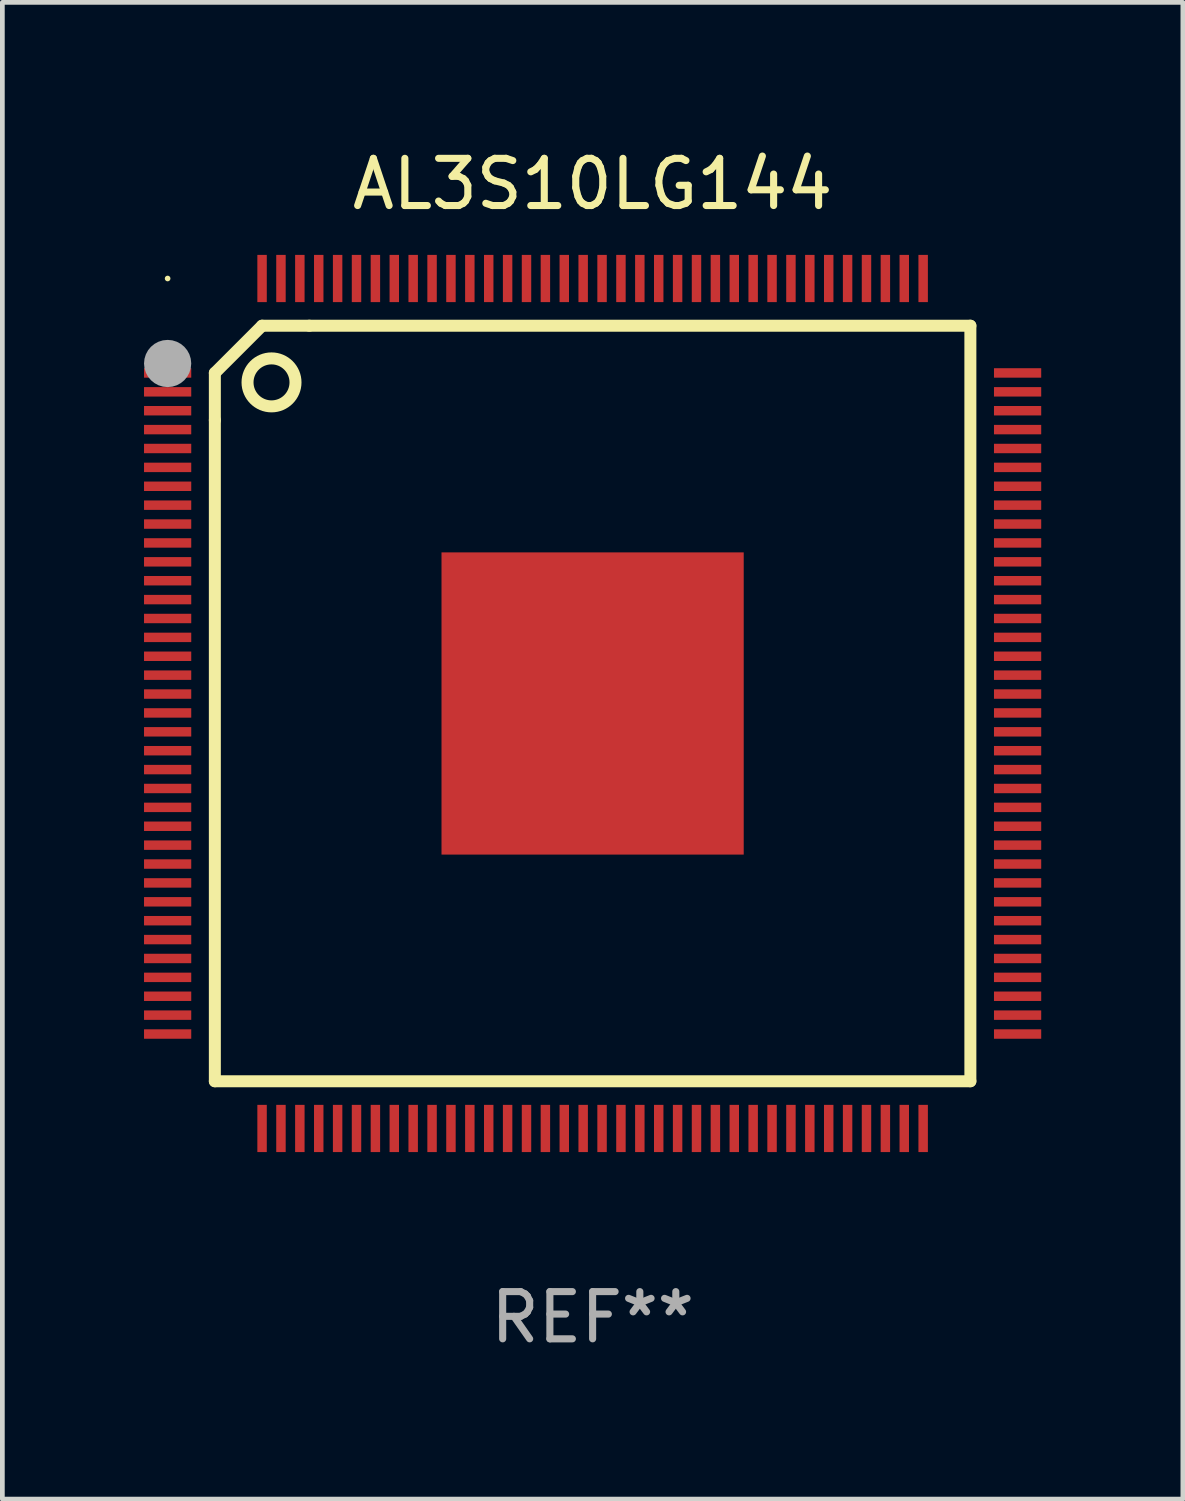
<source format=kicad_pcb>
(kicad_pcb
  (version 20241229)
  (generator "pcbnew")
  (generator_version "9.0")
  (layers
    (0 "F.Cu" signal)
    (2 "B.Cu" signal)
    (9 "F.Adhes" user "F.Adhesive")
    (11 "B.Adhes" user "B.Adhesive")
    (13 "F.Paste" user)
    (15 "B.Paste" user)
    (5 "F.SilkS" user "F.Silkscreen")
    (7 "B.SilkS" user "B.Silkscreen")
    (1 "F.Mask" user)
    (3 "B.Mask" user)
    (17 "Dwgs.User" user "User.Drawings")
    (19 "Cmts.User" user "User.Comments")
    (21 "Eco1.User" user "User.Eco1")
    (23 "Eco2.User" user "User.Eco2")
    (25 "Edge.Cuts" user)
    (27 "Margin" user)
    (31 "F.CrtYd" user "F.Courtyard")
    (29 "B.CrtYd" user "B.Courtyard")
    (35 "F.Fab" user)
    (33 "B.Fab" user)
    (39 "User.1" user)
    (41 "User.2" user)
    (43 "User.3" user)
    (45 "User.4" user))
  (footprint "AL3S10LG144"
    (layer "F.Cu")
    (at 9.5 11.848)
    (property "Reference" "AL3S10LG144" (at 0 -11 0) (layer "F.SilkS") (effects (font (size 1 1) (thickness 0.15))))
    (attr through_hole)
    (fp_line (start -8 -7) (end -8 -6) (stroke (width 0.254) (type solid)) (layer "F.SilkS"))
    (fp_line (start -8 8) (end 8 8) (stroke (width 0.254) (type solid)) (layer "F.SilkS"))
    (fp_line (start -8 8) (end -8 -6) (stroke (width 0.254) (type solid)) (layer "F.SilkS"))
    (fp_line (start -7 -8) (end -8 -7) (stroke (width 0.254) (type solid)) (layer "F.SilkS"))
    (fp_line (start -6 -8) (end -7 -8) (stroke (width 0.254) (type solid)) (layer "F.SilkS"))
    (fp_line (start -6 -8) (end 8 -8) (stroke (width 0.254) (type solid)) (layer "F.SilkS"))
    (fp_line (start 8 8) (end 8 -8) (stroke (width 0.254) (type solid)) (layer "F.SilkS"))
    (fp_circle (center -9 -9) (end -8.97 -9) (stroke (width 0.06) (type solid)) (fill no) (layer "F.SilkS"))
    (fp_circle (center -6.8 -6.8) (end -6.292 -6.8) (stroke (width 0.254) (type solid)) (fill no) (layer "F.SilkS"))
    (fp_circle (center -9 -7.2) (end -8.75 -7.2) (stroke (width 0.5) (type solid)) (fill no) (layer "F.Fab"))
    (fp_text user "REF**" (at 0 13 0) (layer "F.Fab") (effects (font (size 1 1) (thickness 0.15))))
    (pad "1" smd rect (at -9 -7 180) (size 1 0.2) (layers "F.Cu" "F.Mask" "F.Paste"))
    (pad "2" smd rect (at -9 -6.6 180) (size 1 0.2) (layers "F.Cu" "F.Mask" "F.Paste"))
    (pad "3" smd rect (at -9 -6.2 180) (size 1 0.2) (layers "F.Cu" "F.Mask" "F.Paste"))
    (pad "4" smd rect (at -9 -5.8 180) (size 1 0.2) (layers "F.Cu" "F.Mask" "F.Paste"))
    (pad "5" smd rect (at -9 -5.4 180) (size 1 0.2) (layers "F.Cu" "F.Mask" "F.Paste"))
    (pad "6" smd rect (at -9 -5 180) (size 1 0.2) (layers "F.Cu" "F.Mask" "F.Paste"))
    (pad "7" smd rect (at -9 -4.6 180) (size 1 0.2) (layers "F.Cu" "F.Mask" "F.Paste"))
    (pad "8" smd rect (at -9 -4.2 180) (size 1 0.2) (layers "F.Cu" "F.Mask" "F.Paste"))
    (pad "9" smd rect (at -9 -3.8 180) (size 1 0.2) (layers "F.Cu" "F.Mask" "F.Paste"))
    (pad "10" smd rect (at -9 -3.4 180) (size 1 0.2) (layers "F.Cu" "F.Mask" "F.Paste"))
    (pad "11" smd rect (at -9 -3 180) (size 1 0.2) (layers "F.Cu" "F.Mask" "F.Paste"))
    (pad "12" smd rect (at -9 -2.6 180) (size 1 0.2) (layers "F.Cu" "F.Mask" "F.Paste"))
    (pad "13" smd rect (at -9 -2.2 180) (size 1 0.2) (layers "F.Cu" "F.Mask" "F.Paste"))
    (pad "14" smd rect (at -9 -1.8 180) (size 1 0.2) (layers "F.Cu" "F.Mask" "F.Paste"))
    (pad "15" smd rect (at -9 -1.4 180) (size 1 0.2) (layers "F.Cu" "F.Mask" "F.Paste"))
    (pad "16" smd rect (at -9 -1 180) (size 1 0.2) (layers "F.Cu" "F.Mask" "F.Paste"))
    (pad "17" smd rect (at -9 -0.6 180) (size 1 0.2) (layers "F.Cu" "F.Mask" "F.Paste"))
    (pad "18" smd rect (at -9 -0.2 180) (size 1 0.2) (layers "F.Cu" "F.Mask" "F.Paste"))
    (pad "19" smd rect (at -9 0.2 180) (size 1 0.2) (layers "F.Cu" "F.Mask" "F.Paste"))
    (pad "20" smd rect (at -9 0.6 180) (size 1 0.2) (layers "F.Cu" "F.Mask" "F.Paste"))
    (pad "21" smd rect (at -9 1 180) (size 1 0.2) (layers "F.Cu" "F.Mask" "F.Paste"))
    (pad "22" smd rect (at -9 1.4 180) (size 1 0.2) (layers "F.Cu" "F.Mask" "F.Paste"))
    (pad "23" smd rect (at -9 1.8 180) (size 1 0.2) (layers "F.Cu" "F.Mask" "F.Paste"))
    (pad "24" smd rect (at -9 2.2 180) (size 1 0.2) (layers "F.Cu" "F.Mask" "F.Paste"))
    (pad "25" smd rect (at -9 2.6 180) (size 1 0.2) (layers "F.Cu" "F.Mask" "F.Paste"))
    (pad "26" smd rect (at -9 3 180) (size 1 0.2) (layers "F.Cu" "F.Mask" "F.Paste"))
    (pad "27" smd rect (at -9 3.4 180) (size 1 0.2) (layers "F.Cu" "F.Mask" "F.Paste"))
    (pad "28" smd rect (at -9 3.8 180) (size 1 0.2) (layers "F.Cu" "F.Mask" "F.Paste"))
    (pad "29" smd rect (at -9 4.2 180) (size 1 0.2) (layers "F.Cu" "F.Mask" "F.Paste"))
    (pad "30" smd rect (at -9 4.6 180) (size 1 0.2) (layers "F.Cu" "F.Mask" "F.Paste"))
    (pad "31" smd rect (at -9 5 180) (size 1 0.2) (layers "F.Cu" "F.Mask" "F.Paste"))
    (pad "32" smd rect (at -9 5.4 180) (size 1 0.2) (layers "F.Cu" "F.Mask" "F.Paste"))
    (pad "33" smd rect (at -9 5.8 180) (size 1 0.2) (layers "F.Cu" "F.Mask" "F.Paste"))
    (pad "34" smd rect (at -9 6.2 180) (size 1 0.2) (layers "F.Cu" "F.Mask" "F.Paste"))
    (pad "35" smd rect (at -9 6.6 180) (size 1 0.2) (layers "F.Cu" "F.Mask" "F.Paste"))
    (pad "36" smd rect (at -9 7 180) (size 1 0.2) (layers "F.Cu" "F.Mask" "F.Paste"))
    (pad "37" smd rect (at -7 9 270) (size 1 0.2) (layers "F.Cu" "F.Mask" "F.Paste"))
    (pad "38" smd rect (at -6.6 9 270) (size 1 0.2) (layers "F.Cu" "F.Mask" "F.Paste"))
    (pad "39" smd rect (at -6.2 9 270) (size 1 0.2) (layers "F.Cu" "F.Mask" "F.Paste"))
    (pad "40" smd rect (at -5.8 9 270) (size 1 0.2) (layers "F.Cu" "F.Mask" "F.Paste"))
    (pad "41" smd rect (at -5.4 9 270) (size 1 0.2) (layers "F.Cu" "F.Mask" "F.Paste"))
    (pad "42" smd rect (at -5 9 270) (size 1 0.2) (layers "F.Cu" "F.Mask" "F.Paste"))
    (pad "43" smd rect (at -4.6 9 270) (size 1 0.2) (layers "F.Cu" "F.Mask" "F.Paste"))
    (pad "44" smd rect (at -4.2 9 270) (size 1 0.2) (layers "F.Cu" "F.Mask" "F.Paste"))
    (pad "45" smd rect (at -3.8 9 270) (size 1 0.2) (layers "F.Cu" "F.Mask" "F.Paste"))
    (pad "46" smd rect (at -3.4 9 270) (size 1 0.2) (layers "F.Cu" "F.Mask" "F.Paste"))
    (pad "47" smd rect (at -3 9 270) (size 1 0.2) (layers "F.Cu" "F.Mask" "F.Paste"))
    (pad "48" smd rect (at -2.6 9 270) (size 1 0.2) (layers "F.Cu" "F.Mask" "F.Paste"))
    (pad "49" smd rect (at -2.2 9 270) (size 1 0.2) (layers "F.Cu" "F.Mask" "F.Paste"))
    (pad "50" smd rect (at -1.8 9 270) (size 1 0.2) (layers "F.Cu" "F.Mask" "F.Paste"))
    (pad "51" smd rect (at -1.4 9 270) (size 1 0.2) (layers "F.Cu" "F.Mask" "F.Paste"))
    (pad "52" smd rect (at -1 9 270) (size 1 0.2) (layers "F.Cu" "F.Mask" "F.Paste"))
    (pad "53" smd rect (at -0.6 9 270) (size 1 0.2) (layers "F.Cu" "F.Mask" "F.Paste"))
    (pad "54" smd rect (at -0.2 9 270) (size 1 0.2) (layers "F.Cu" "F.Mask" "F.Paste"))
    (pad "55" smd rect (at 0.2 9 270) (size 1 0.2) (layers "F.Cu" "F.Mask" "F.Paste"))
    (pad "56" smd rect (at 0.6 9 270) (size 1 0.2) (layers "F.Cu" "F.Mask" "F.Paste"))
    (pad "57" smd rect (at 1 9 270) (size 1 0.2) (layers "F.Cu" "F.Mask" "F.Paste"))
    (pad "58" smd rect (at 1.4 9 270) (size 1 0.2) (layers "F.Cu" "F.Mask" "F.Paste"))
    (pad "59" smd rect (at 1.8 9 270) (size 1 0.2) (layers "F.Cu" "F.Mask" "F.Paste"))
    (pad "60" smd rect (at 2.2 9 270) (size 1 0.2) (layers "F.Cu" "F.Mask" "F.Paste"))
    (pad "61" smd rect (at 2.6 9 270) (size 1 0.2) (layers "F.Cu" "F.Mask" "F.Paste"))
    (pad "62" smd rect (at 3 9 270) (size 1 0.2) (layers "F.Cu" "F.Mask" "F.Paste"))
    (pad "63" smd rect (at 3.4 9 270) (size 1 0.2) (layers "F.Cu" "F.Mask" "F.Paste"))
    (pad "64" smd rect (at 3.8 9 270) (size 1 0.2) (layers "F.Cu" "F.Mask" "F.Paste"))
    (pad "65" smd rect (at 4.2 9 270) (size 1 0.2) (layers "F.Cu" "F.Mask" "F.Paste"))
    (pad "66" smd rect (at 4.6 9 270) (size 1 0.2) (layers "F.Cu" "F.Mask" "F.Paste"))
    (pad "67" smd rect (at 5 9 270) (size 1 0.2) (layers "F.Cu" "F.Mask" "F.Paste"))
    (pad "68" smd rect (at 5.4 9 270) (size 1 0.2) (layers "F.Cu" "F.Mask" "F.Paste"))
    (pad "69" smd rect (at 5.8 9 270) (size 1 0.2) (layers "F.Cu" "F.Mask" "F.Paste"))
    (pad "70" smd rect (at 6.2 9 270) (size 1 0.2) (layers "F.Cu" "F.Mask" "F.Paste"))
    (pad "71" smd rect (at 6.6 9 270) (size 1 0.2) (layers "F.Cu" "F.Mask" "F.Paste"))
    (pad "72" smd rect (at 7 9 270) (size 1 0.2) (layers "F.Cu" "F.Mask" "F.Paste"))
    (pad "73" smd rect (at 9 7) (size 1 0.2) (layers "F.Cu" "F.Mask" "F.Paste"))
    (pad "74" smd rect (at 9 6.6) (size 1 0.2) (layers "F.Cu" "F.Mask" "F.Paste"))
    (pad "75" smd rect (at 9 6.2) (size 1 0.2) (layers "F.Cu" "F.Mask" "F.Paste"))
    (pad "76" smd rect (at 9 5.8) (size 1 0.2) (layers "F.Cu" "F.Mask" "F.Paste"))
    (pad "77" smd rect (at 9 5.4) (size 1 0.2) (layers "F.Cu" "F.Mask" "F.Paste"))
    (pad "78" smd rect (at 9 5) (size 1 0.2) (layers "F.Cu" "F.Mask" "F.Paste"))
    (pad "79" smd rect (at 9 4.6) (size 1 0.2) (layers "F.Cu" "F.Mask" "F.Paste"))
    (pad "80" smd rect (at 9 4.2) (size 1 0.2) (layers "F.Cu" "F.Mask" "F.Paste"))
    (pad "81" smd rect (at 9 3.8) (size 1 0.2) (layers "F.Cu" "F.Mask" "F.Paste"))
    (pad "82" smd rect (at 9 3.4) (size 1 0.2) (layers "F.Cu" "F.Mask" "F.Paste"))
    (pad "83" smd rect (at 9 3) (size 1 0.2) (layers "F.Cu" "F.Mask" "F.Paste"))
    (pad "84" smd rect (at 9 2.6) (size 1 0.2) (layers "F.Cu" "F.Mask" "F.Paste"))
    (pad "85" smd rect (at 9 2.2) (size 1 0.2) (layers "F.Cu" "F.Mask" "F.Paste"))
    (pad "86" smd rect (at 9 1.8) (size 1 0.2) (layers "F.Cu" "F.Mask" "F.Paste"))
    (pad "87" smd rect (at 9 1.4) (size 1 0.2) (layers "F.Cu" "F.Mask" "F.Paste"))
    (pad "88" smd rect (at 9 1) (size 1 0.2) (layers "F.Cu" "F.Mask" "F.Paste"))
    (pad "89" smd rect (at 9 0.6) (size 1 0.2) (layers "F.Cu" "F.Mask" "F.Paste"))
    (pad "90" smd rect (at 9 0.2) (size 1 0.2) (layers "F.Cu" "F.Mask" "F.Paste"))
    (pad "91" smd rect (at 9 -0.2) (size 1 0.2) (layers "F.Cu" "F.Mask" "F.Paste"))
    (pad "92" smd rect (at 9 -0.6) (size 1 0.2) (layers "F.Cu" "F.Mask" "F.Paste"))
    (pad "93" smd rect (at 9 -1) (size 1 0.2) (layers "F.Cu" "F.Mask" "F.Paste"))
    (pad "94" smd rect (at 9 -1.4) (size 1 0.2) (layers "F.Cu" "F.Mask" "F.Paste"))
    (pad "95" smd rect (at 9 -1.8) (size 1 0.2) (layers "F.Cu" "F.Mask" "F.Paste"))
    (pad "96" smd rect (at 9 -2.2) (size 1 0.2) (layers "F.Cu" "F.Mask" "F.Paste"))
    (pad "97" smd rect (at 9 -2.6) (size 1 0.2) (layers "F.Cu" "F.Mask" "F.Paste"))
    (pad "98" smd rect (at 9 -3) (size 1 0.2) (layers "F.Cu" "F.Mask" "F.Paste"))
    (pad "99" smd rect (at 9 -3.4) (size 1 0.2) (layers "F.Cu" "F.Mask" "F.Paste"))
    (pad "100" smd rect (at 9 -3.8) (size 1 0.2) (layers "F.Cu" "F.Mask" "F.Paste"))
    (pad "101" smd rect (at 9 -4.2) (size 1 0.2) (layers "F.Cu" "F.Mask" "F.Paste"))
    (pad "102" smd rect (at 9 -4.6) (size 1 0.2) (layers "F.Cu" "F.Mask" "F.Paste"))
    (pad "103" smd rect (at 9 -5) (size 1 0.2) (layers "F.Cu" "F.Mask" "F.Paste"))
    (pad "104" smd rect (at 9 -5.4) (size 1 0.2) (layers "F.Cu" "F.Mask" "F.Paste"))
    (pad "105" smd rect (at 9 -5.8) (size 1 0.2) (layers "F.Cu" "F.Mask" "F.Paste"))
    (pad "106" smd rect (at 9 -6.2) (size 1 0.2) (layers "F.Cu" "F.Mask" "F.Paste"))
    (pad "107" smd rect (at 9 -6.6) (size 1 0.2) (layers "F.Cu" "F.Mask" "F.Paste"))
    (pad "108" smd rect (at 9 -7) (size 1 0.2) (layers "F.Cu" "F.Mask" "F.Paste"))
    (pad "109" smd rect (at 7 -9 90) (size 1 0.2) (layers "F.Cu" "F.Mask" "F.Paste"))
    (pad "110" smd rect (at 6.6 -9 90) (size 1 0.2) (layers "F.Cu" "F.Mask" "F.Paste"))
    (pad "111" smd rect (at 6.2 -9 90) (size 1 0.2) (layers "F.Cu" "F.Mask" "F.Paste"))
    (pad "112" smd rect (at 5.8 -9 90) (size 1 0.2) (layers "F.Cu" "F.Mask" "F.Paste"))
    (pad "113" smd rect (at 5.4 -9 90) (size 1 0.2) (layers "F.Cu" "F.Mask" "F.Paste"))
    (pad "114" smd rect (at 5 -9 90) (size 1 0.2) (layers "F.Cu" "F.Mask" "F.Paste"))
    (pad "115" smd rect (at 4.6 -9 90) (size 1 0.2) (layers "F.Cu" "F.Mask" "F.Paste"))
    (pad "116" smd rect (at 4.2 -9 90) (size 1 0.2) (layers "F.Cu" "F.Mask" "F.Paste"))
    (pad "117" smd rect (at 3.8 -9 90) (size 1 0.2) (layers "F.Cu" "F.Mask" "F.Paste"))
    (pad "118" smd rect (at 3.4 -9 90) (size 1 0.2) (layers "F.Cu" "F.Mask" "F.Paste"))
    (pad "119" smd rect (at 3 -9 90) (size 1 0.2) (layers "F.Cu" "F.Mask" "F.Paste"))
    (pad "120" smd rect (at 2.6 -9 90) (size 1 0.2) (layers "F.Cu" "F.Mask" "F.Paste"))
    (pad "121" smd rect (at 2.2 -9 90) (size 1 0.2) (layers "F.Cu" "F.Mask" "F.Paste"))
    (pad "122" smd rect (at 1.8 -9 90) (size 1 0.2) (layers "F.Cu" "F.Mask" "F.Paste"))
    (pad "123" smd rect (at 1.4 -9 90) (size 1 0.2) (layers "F.Cu" "F.Mask" "F.Paste"))
    (pad "124" smd rect (at 1 -9 90) (size 1 0.2) (layers "F.Cu" "F.Mask" "F.Paste"))
    (pad "125" smd rect (at 0.6 -9 90) (size 1 0.2) (layers "F.Cu" "F.Mask" "F.Paste"))
    (pad "126" smd rect (at 0.2 -9 90) (size 1 0.2) (layers "F.Cu" "F.Mask" "F.Paste"))
    (pad "127" smd rect (at -0.2 -9 90) (size 1 0.2) (layers "F.Cu" "F.Mask" "F.Paste"))
    (pad "128" smd rect (at -0.6 -9 90) (size 1 0.2) (layers "F.Cu" "F.Mask" "F.Paste"))
    (pad "129" smd rect (at -1 -9 90) (size 1 0.2) (layers "F.Cu" "F.Mask" "F.Paste"))
    (pad "130" smd rect (at -1.4 -9 90) (size 1 0.2) (layers "F.Cu" "F.Mask" "F.Paste"))
    (pad "131" smd rect (at -1.8 -9 90) (size 1 0.2) (layers "F.Cu" "F.Mask" "F.Paste"))
    (pad "132" smd rect (at -2.2 -9 90) (size 1 0.2) (layers "F.Cu" "F.Mask" "F.Paste"))
    (pad "133" smd rect (at -2.6 -9 90) (size 1 0.2) (layers "F.Cu" "F.Mask" "F.Paste"))
    (pad "134" smd rect (at -3 -9 90) (size 1 0.2) (layers "F.Cu" "F.Mask" "F.Paste"))
    (pad "135" smd rect (at -3.4 -9 90) (size 1 0.2) (layers "F.Cu" "F.Mask" "F.Paste"))
    (pad "136" smd rect (at -3.8 -9 90) (size 1 0.2) (layers "F.Cu" "F.Mask" "F.Paste"))
    (pad "137" smd rect (at -4.2 -9 90) (size 1 0.2) (layers "F.Cu" "F.Mask" "F.Paste"))
    (pad "138" smd rect (at -4.6 -9 90) (size 1 0.2) (layers "F.Cu" "F.Mask" "F.Paste"))
    (pad "139" smd rect (at -5 -9 90) (size 1 0.2) (layers "F.Cu" "F.Mask" "F.Paste"))
    (pad "140" smd rect (at -5.4 -9 90) (size 1 0.2) (layers "F.Cu" "F.Mask" "F.Paste"))
    (pad "141" smd rect (at -5.8 -9 90) (size 1 0.2) (layers "F.Cu" "F.Mask" "F.Paste"))
    (pad "142" smd rect (at -6.2 -9 90) (size 1 0.2) (layers "F.Cu" "F.Mask" "F.Paste"))
    (pad "143" smd rect (at -6.6 -9 90) (size 1 0.2) (layers "F.Cu" "F.Mask" "F.Paste"))
    (pad "144" smd rect (at -7 -9 90) (size 1 0.2) (layers "F.Cu" "F.Mask" "F.Paste"))
    (pad "145" smd rect (at 0 0 90) (size 6.4 6.4) (layers "F.Cu" "F.Mask" "F.Paste")))
  (gr_rect
    (start -3 -3)
    (end 22 28.697)
    (stroke (width 0.1) (type default))
    (fill no)
    (layer "Edge.Cuts")))
</source>
